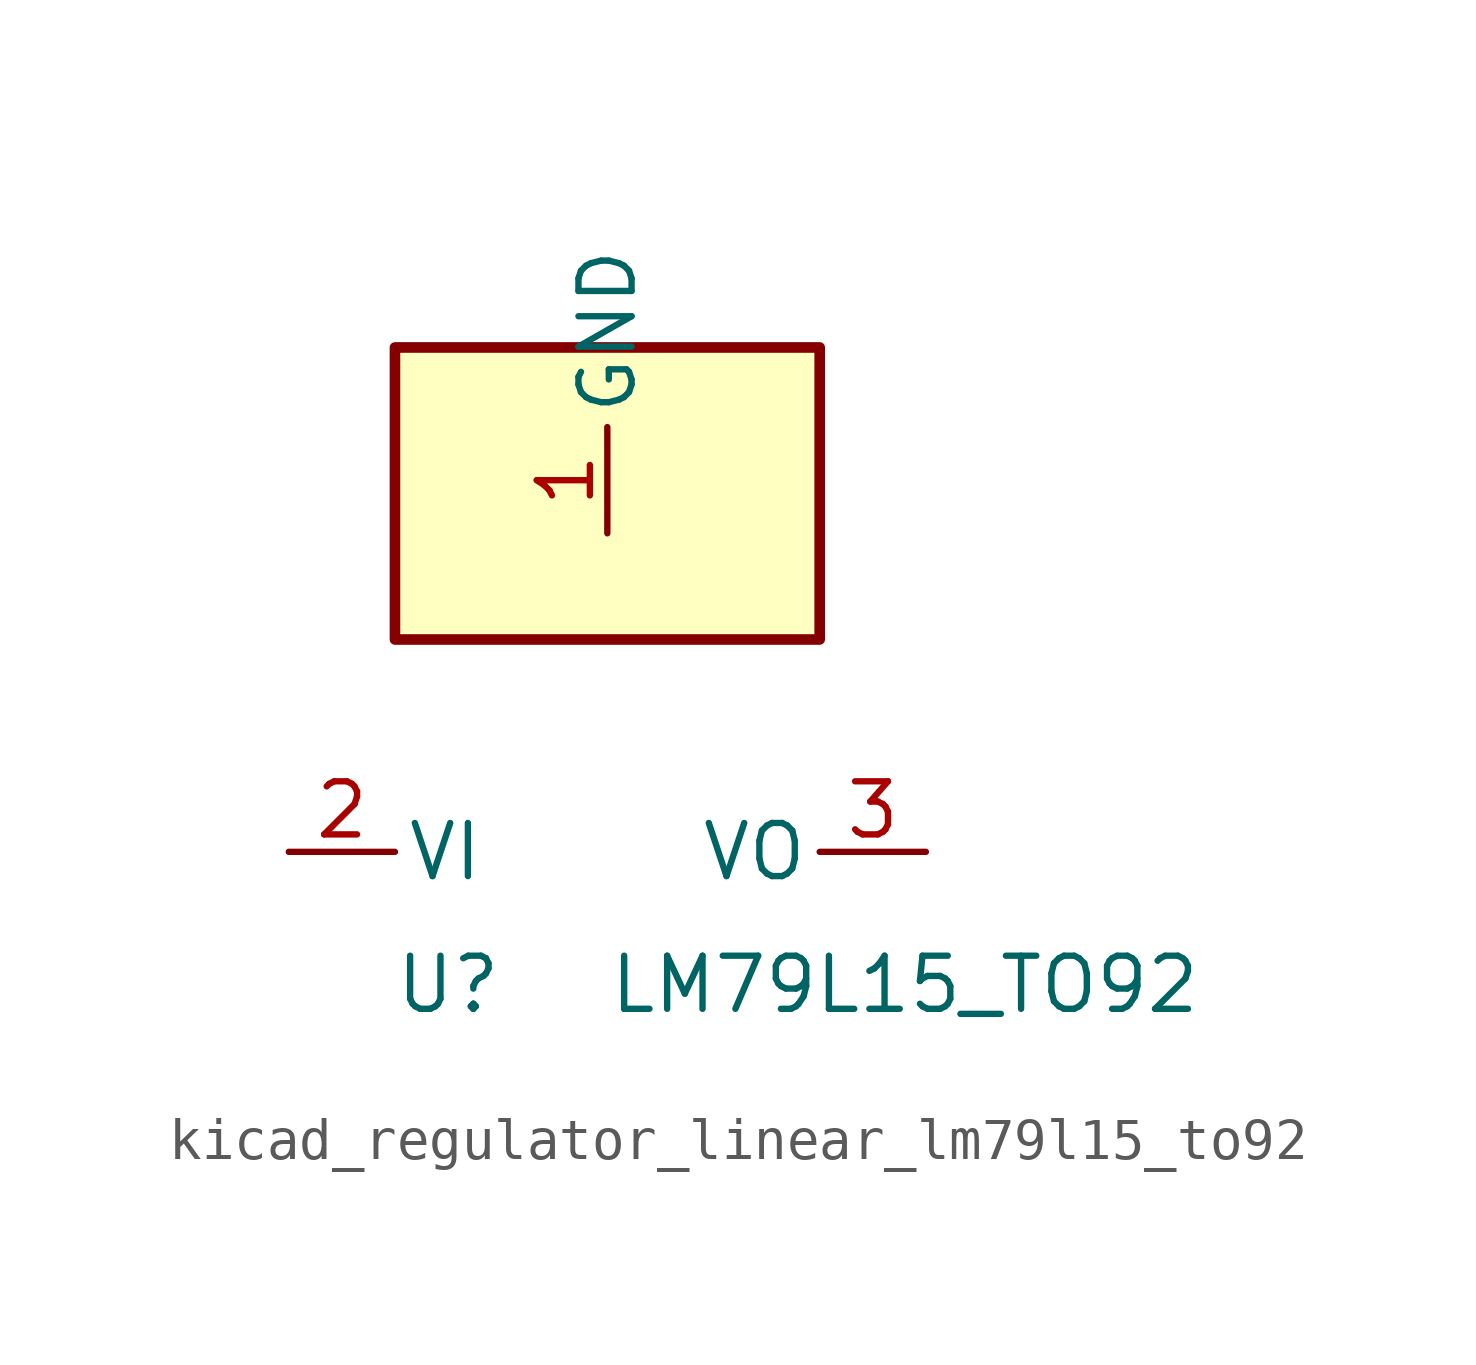
<source format=kicad_sym>
(kicad_symbol_lib
  (version 20220914)
  (generator kicad_symbol_editor)
  (symbol "kicad_regulator_linear_lm79l15_to92"
    (pin_names
      (offset 0.254))
    (property "Reference" "U"
      (at -3.81 -3.175 0)
      (effects (font (size 1.27 1.27))))
    (property "Value" "LM79L15_TO92"
      (at 0 -3.175 0)
      (effects (font (size 1.27 1.27)) (justify left)))
    (symbol "kicad_regulator_linear_lm79l15_to92_0_1"
      (rectangle (start 5.08 12.065) (end -5.08 5.08) (stroke (width 0.254) (type default)) (fill (type background))))
    (symbol "kicad_regulator_linear_lm79l15_to92_1_1"
      (pin power_in line (at 0 7.62 90) (length 2.54) (name "GND" (effects (font (size 1.27 1.27)))) (number "1" (effects (font (size 1.27 1.27)))))
      (pin power_in line (at -7.62 0 0) (length 2.54) (name "VI" (effects (font (size 1.27 1.27)))) (number "2" (effects (font (size 1.27 1.27)))))
      (pin power_out line (at 7.62 0 180) (length 2.54) (name "VO" (effects (font (size 1.27 1.27)))) (number "3" (effects (font (size 1.27 1.27))))))))
</source>
